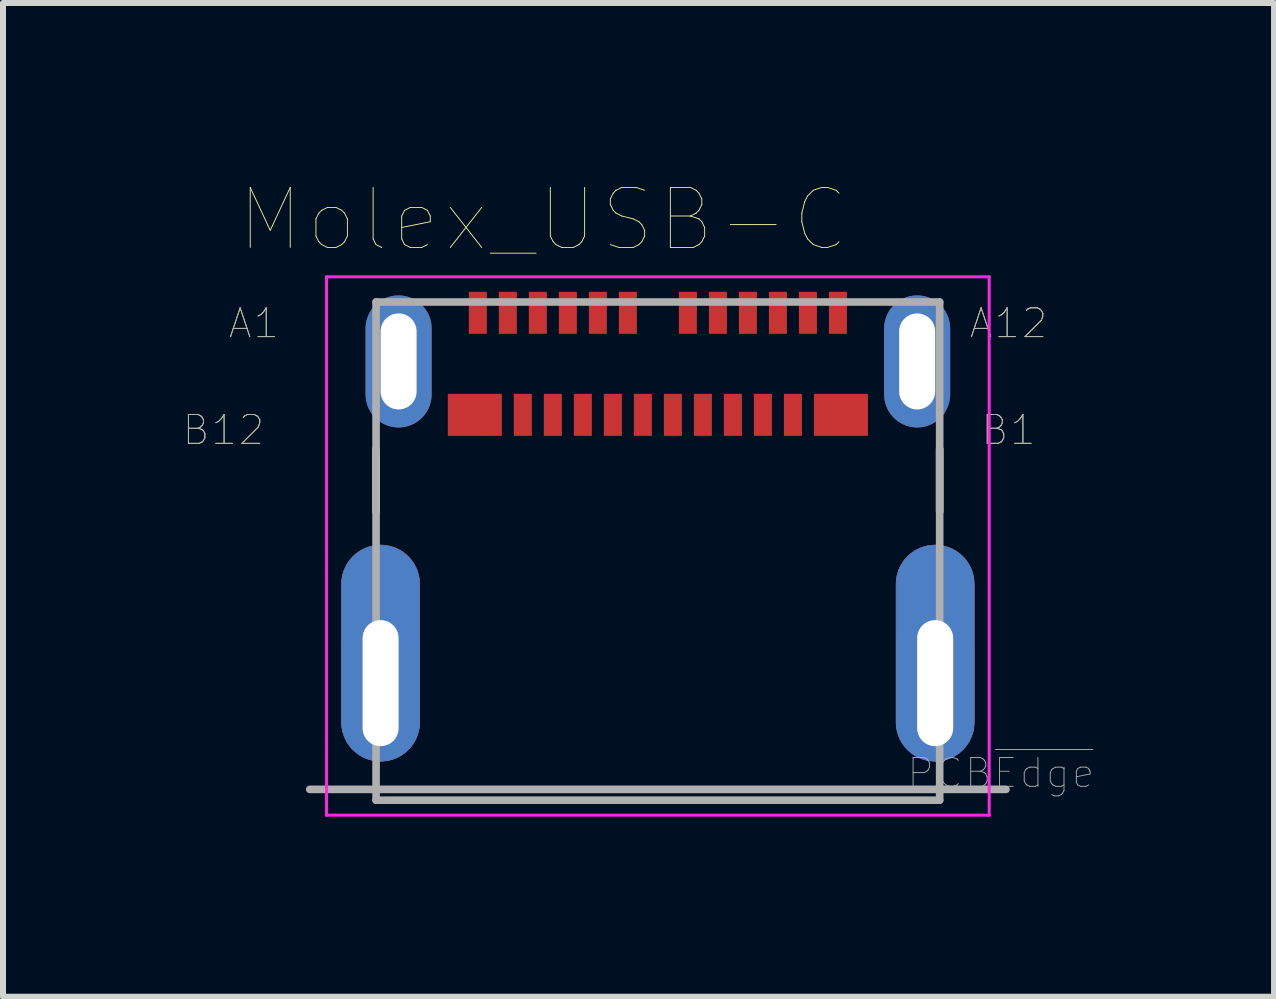
<source format=kicad_pcb>
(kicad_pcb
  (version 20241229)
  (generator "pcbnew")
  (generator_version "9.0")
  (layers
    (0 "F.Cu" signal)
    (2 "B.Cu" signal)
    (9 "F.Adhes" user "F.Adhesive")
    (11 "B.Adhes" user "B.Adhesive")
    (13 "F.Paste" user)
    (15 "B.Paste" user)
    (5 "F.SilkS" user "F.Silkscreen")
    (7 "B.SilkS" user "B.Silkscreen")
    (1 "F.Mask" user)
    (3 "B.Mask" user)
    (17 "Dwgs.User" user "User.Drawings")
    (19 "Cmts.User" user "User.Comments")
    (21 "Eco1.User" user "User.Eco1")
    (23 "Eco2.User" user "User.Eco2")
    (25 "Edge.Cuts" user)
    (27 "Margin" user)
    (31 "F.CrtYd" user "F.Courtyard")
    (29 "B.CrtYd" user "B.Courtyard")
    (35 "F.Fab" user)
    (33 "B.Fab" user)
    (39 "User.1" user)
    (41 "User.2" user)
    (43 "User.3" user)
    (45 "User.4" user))
  (footprint "Molex_USB-C"
    (layer "F.Cu")
    (at 7.911 2.972)
    (property "Reference" "Molex_USB-C" (at -1.911 -2.361 0) (layer "F.SilkS") (effects (font (size 1 1) (thickness 0.015))))
    (attr through_hole)
    (fp_poly (pts (xy -5.27 6.01) (xy -5.27 3.71) (xy -5.269 3.676) (xy -5.266 3.642) (xy -5.262 3.608) (xy -5.256 3.575) (xy -5.248 3.542) (xy -5.238 3.509) (xy -5.227 3.477) (xy -5.214 3.446) (xy -5.199 3.415) (xy -5.183 3.385) (xy -5.165 3.356) (xy -5.146 3.328) (xy -5.125 3.301) (xy -5.103 3.275) (xy -5.08 3.25) (xy -5.055 3.227) (xy -5.029 3.205) (xy -5.002 3.184) (xy -4.974 3.165) (xy -4.945 3.147) (xy -4.915 3.131) (xy -4.884 3.116) (xy -4.853 3.103) (xy -4.821 3.092) (xy -4.788 3.082) (xy -4.755 3.074) (xy -4.722 3.068) (xy -4.688 3.064) (xy -4.654 3.061) (xy -4.62 3.06) (xy -4.586 3.061) (xy -4.552 3.064) (xy -4.518 3.068) (xy -4.485 3.074) (xy -4.452 3.082) (xy -4.419 3.092) (xy -4.387 3.103) (xy -4.356 3.116) (xy -4.325 3.131) (xy -4.295 3.147) (xy -4.266 3.165) (xy -4.238 3.184) (xy -4.211 3.205) (xy -4.185 3.227) (xy -4.16 3.25) (xy -4.137 3.275) (xy -4.115 3.301) (xy -4.094 3.328) (xy -4.075 3.356) (xy -4.057 3.385) (xy -4.041 3.415) (xy -4.026 3.446) (xy -4.013 3.477) (xy -4.002 3.509) (xy -3.992 3.542) (xy -3.984 3.575) (xy -3.978 3.608) (xy -3.974 3.642) (xy -3.971 3.676) (xy -3.97 3.71) (xy -3.97 6.01) (xy -3.971 6.044) (xy -3.974 6.078) (xy -3.978 6.112) (xy -3.984 6.145) (xy -3.992 6.178) (xy -4.002 6.211) (xy -4.013 6.243) (xy -4.026 6.274) (xy -4.041 6.305) (xy -4.057 6.335) (xy -4.075 6.364) (xy -4.094 6.392) (xy -4.115 6.419) (xy -4.137 6.445) (xy -4.16 6.47) (xy -4.185 6.493) (xy -4.211 6.515) (xy -4.238 6.536) (xy -4.266 6.555) (xy -4.295 6.573) (xy -4.325 6.589) (xy -4.356 6.604) (xy -4.387 6.617) (xy -4.419 6.628) (xy -4.452 6.638) (xy -4.485 6.646) (xy -4.518 6.652) (xy -4.552 6.656) (xy -4.586 6.659) (xy -4.62 6.66) (xy -4.654 6.659) (xy -4.688 6.656) (xy -4.722 6.652) (xy -4.755 6.646) (xy -4.788 6.638) (xy -4.821 6.628) (xy -4.853 6.617) (xy -4.884 6.604) (xy -4.915 6.589) (xy -4.945 6.573) (xy -4.974 6.555) (xy -5.002 6.536) (xy -5.029 6.515) (xy -5.055 6.493) (xy -5.08 6.47) (xy -5.103 6.445) (xy -5.125 6.419) (xy -5.146 6.392) (xy -5.165 6.364) (xy -5.183 6.335) (xy -5.199 6.305) (xy -5.214 6.274) (xy -5.227 6.243) (xy -5.238 6.211) (xy -5.248 6.178) (xy -5.256 6.145) (xy -5.262 6.112) (xy -5.266 6.078) (xy -5.269 6.044) (xy -5.27 6.01)) (stroke (width 0.01) (type solid)) (fill yes) (layer "F.Cu"))
    (fp_poly (pts (xy 3.97 6.01) (xy 3.97 3.71) (xy 3.971 3.676) (xy 3.974 3.642) (xy 3.978 3.608) (xy 3.984 3.575) (xy 3.992 3.542) (xy 4.002 3.509) (xy 4.013 3.477) (xy 4.026 3.446) (xy 4.041 3.415) (xy 4.057 3.385) (xy 4.075 3.356) (xy 4.094 3.328) (xy 4.115 3.301) (xy 4.137 3.275) (xy 4.16 3.25) (xy 4.185 3.227) (xy 4.211 3.205) (xy 4.238 3.184) (xy 4.266 3.165) (xy 4.295 3.147) (xy 4.325 3.131) (xy 4.356 3.116) (xy 4.387 3.103) (xy 4.419 3.092) (xy 4.452 3.082) (xy 4.485 3.074) (xy 4.518 3.068) (xy 4.552 3.064) (xy 4.586 3.061) (xy 4.62 3.06) (xy 4.654 3.061) (xy 4.688 3.064) (xy 4.722 3.068) (xy 4.755 3.074) (xy 4.788 3.082) (xy 4.821 3.092) (xy 4.853 3.103) (xy 4.884 3.116) (xy 4.915 3.131) (xy 4.945 3.147) (xy 4.974 3.165) (xy 5.002 3.184) (xy 5.029 3.205) (xy 5.055 3.227) (xy 5.08 3.25) (xy 5.103 3.275) (xy 5.125 3.301) (xy 5.146 3.328) (xy 5.165 3.356) (xy 5.183 3.385) (xy 5.199 3.415) (xy 5.214 3.446) (xy 5.227 3.477) (xy 5.238 3.509) (xy 5.248 3.542) (xy 5.256 3.575) (xy 5.262 3.608) (xy 5.266 3.642) (xy 5.269 3.676) (xy 5.27 3.71) (xy 5.27 6.01) (xy 5.269 6.044) (xy 5.266 6.078) (xy 5.262 6.112) (xy 5.256 6.145) (xy 5.248 6.178) (xy 5.238 6.211) (xy 5.227 6.243) (xy 5.214 6.274) (xy 5.199 6.305) (xy 5.183 6.335) (xy 5.165 6.364) (xy 5.146 6.392) (xy 5.125 6.419) (xy 5.103 6.445) (xy 5.08 6.47) (xy 5.055 6.493) (xy 5.029 6.515) (xy 5.002 6.536) (xy 4.974 6.555) (xy 4.945 6.573) (xy 4.915 6.589) (xy 4.884 6.604) (xy 4.853 6.617) (xy 4.821 6.628) (xy 4.788 6.638) (xy 4.755 6.646) (xy 4.722 6.652) (xy 4.688 6.656) (xy 4.654 6.659) (xy 4.62 6.66) (xy 4.586 6.659) (xy 4.552 6.656) (xy 4.518 6.652) (xy 4.485 6.646) (xy 4.452 6.638) (xy 4.419 6.628) (xy 4.387 6.617) (xy 4.356 6.604) (xy 4.325 6.589) (xy 4.295 6.573) (xy 4.266 6.555) (xy 4.238 6.536) (xy 4.211 6.515) (xy 4.185 6.493) (xy 4.16 6.47) (xy 4.137 6.445) (xy 4.115 6.419) (xy 4.094 6.392) (xy 4.075 6.364) (xy 4.057 6.335) (xy 4.041 6.305) (xy 4.026 6.274) (xy 4.013 6.243) (xy 4.002 6.211) (xy 3.992 6.178) (xy 3.984 6.145) (xy 3.978 6.112) (xy 3.974 6.078) (xy 3.971 6.044) (xy 3.97 6.01)) (stroke (width 0.01) (type solid)) (fill yes) (layer "F.Cu"))
    (fp_poly (pts (xy -4.62 6.76) (xy -4.659 6.759) (xy -4.698 6.756) (xy -4.737 6.751) (xy -4.776 6.744) (xy -4.814 6.734) (xy -4.852 6.723) (xy -4.889 6.71) (xy -4.925 6.695) (xy -4.96 6.678) (xy -4.995 6.66) (xy -5.028 6.639) (xy -5.061 6.617) (xy -5.092 6.593) (xy -5.122 6.567) (xy -5.15 6.54) (xy -5.177 6.512) (xy -5.203 6.482) (xy -5.227 6.451) (xy -5.249 6.418) (xy -5.27 6.385) (xy -5.288 6.35) (xy -5.305 6.315) (xy -5.32 6.279) (xy -5.333 6.242) (xy -5.344 6.204) (xy -5.354 6.166) (xy -5.361 6.127) (xy -5.366 6.088) (xy -5.369 6.049) (xy -5.37 6.01) (xy -5.37 3.71) (xy -5.369 3.671) (xy -5.366 3.632) (xy -5.361 3.593) (xy -5.354 3.554) (xy -5.344 3.516) (xy -5.333 3.478) (xy -5.32 3.441) (xy -5.305 3.405) (xy -5.288 3.37) (xy -5.27 3.335) (xy -5.249 3.302) (xy -5.227 3.269) (xy -5.203 3.238) (xy -5.177 3.208) (xy -5.15 3.18) (xy -5.122 3.153) (xy -5.092 3.127) (xy -5.061 3.103) (xy -5.028 3.081) (xy -4.995 3.06) (xy -4.96 3.042) (xy -4.925 3.025) (xy -4.889 3.01) (xy -4.852 2.997) (xy -4.814 2.986) (xy -4.776 2.976) (xy -4.737 2.969) (xy -4.698 2.964) (xy -4.659 2.961) (xy -4.62 2.96) (xy -4.581 2.961) (xy -4.542 2.964) (xy -4.503 2.969) (xy -4.464 2.976) (xy -4.426 2.986) (xy -4.388 2.997) (xy -4.351 3.01) (xy -4.315 3.025) (xy -4.28 3.042) (xy -4.245 3.06) (xy -4.212 3.081) (xy -4.179 3.103) (xy -4.148 3.127) (xy -4.118 3.153) (xy -4.09 3.18) (xy -4.063 3.208) (xy -4.037 3.238) (xy -4.013 3.269) (xy -3.991 3.302) (xy -3.97 3.335) (xy -3.952 3.37) (xy -3.935 3.405) (xy -3.92 3.441) (xy -3.907 3.478) (xy -3.896 3.516) (xy -3.886 3.554) (xy -3.879 3.593) (xy -3.874 3.632) (xy -3.871 3.671) (xy -3.87 3.71) (xy -3.87 6.01) (xy -3.871 6.049) (xy -3.874 6.088) (xy -3.879 6.127) (xy -3.886 6.166) (xy -3.896 6.204) (xy -3.907 6.242) (xy -3.92 6.279) (xy -3.935 6.315) (xy -3.952 6.35) (xy -3.97 6.385) (xy -3.991 6.418) (xy -4.013 6.451) (xy -4.037 6.482) (xy -4.063 6.512) (xy -4.09 6.54) (xy -4.118 6.567) (xy -4.148 6.593) (xy -4.179 6.617) (xy -4.212 6.639) (xy -4.245 6.66) (xy -4.28 6.678) (xy -4.315 6.695) (xy -4.351 6.71) (xy -4.388 6.723) (xy -4.426 6.734) (xy -4.464 6.744) (xy -4.503 6.751) (xy -4.542 6.756) (xy -4.581 6.759) (xy -4.62 6.76)) (stroke (width 0.01) (type solid)) (fill yes) (layer "F.Mask"))
    (fp_poly (pts (xy 4.62 6.76) (xy 4.581 6.759) (xy 4.542 6.756) (xy 4.503 6.751) (xy 4.464 6.744) (xy 4.426 6.734) (xy 4.388 6.723) (xy 4.351 6.71) (xy 4.315 6.695) (xy 4.28 6.678) (xy 4.245 6.66) (xy 4.212 6.639) (xy 4.179 6.617) (xy 4.148 6.593) (xy 4.118 6.567) (xy 4.09 6.54) (xy 4.063 6.512) (xy 4.037 6.482) (xy 4.013 6.451) (xy 3.991 6.418) (xy 3.97 6.385) (xy 3.952 6.35) (xy 3.935 6.315) (xy 3.92 6.279) (xy 3.907 6.242) (xy 3.896 6.204) (xy 3.886 6.166) (xy 3.879 6.127) (xy 3.874 6.088) (xy 3.871 6.049) (xy 3.87 6.01) (xy 3.87 3.71) (xy 3.871 3.671) (xy 3.874 3.632) (xy 3.879 3.593) (xy 3.886 3.554) (xy 3.896 3.516) (xy 3.907 3.478) (xy 3.92 3.441) (xy 3.935 3.405) (xy 3.952 3.37) (xy 3.97 3.335) (xy 3.991 3.302) (xy 4.013 3.269) (xy 4.037 3.238) (xy 4.063 3.208) (xy 4.09 3.18) (xy 4.118 3.153) (xy 4.148 3.127) (xy 4.179 3.103) (xy 4.212 3.081) (xy 4.245 3.06) (xy 4.28 3.042) (xy 4.315 3.025) (xy 4.351 3.01) (xy 4.388 2.997) (xy 4.426 2.986) (xy 4.464 2.976) (xy 4.503 2.969) (xy 4.542 2.964) (xy 4.581 2.961) (xy 4.62 2.96) (xy 4.659 2.961) (xy 4.698 2.964) (xy 4.737 2.969) (xy 4.776 2.976) (xy 4.814 2.986) (xy 4.852 2.997) (xy 4.889 3.01) (xy 4.925 3.025) (xy 4.96 3.042) (xy 4.995 3.06) (xy 5.028 3.081) (xy 5.061 3.103) (xy 5.092 3.127) (xy 5.122 3.153) (xy 5.15 3.18) (xy 5.177 3.208) (xy 5.203 3.238) (xy 5.227 3.269) (xy 5.249 3.302) (xy 5.27 3.335) (xy 5.288 3.37) (xy 5.305 3.405) (xy 5.32 3.441) (xy 5.333 3.478) (xy 5.344 3.516) (xy 5.354 3.554) (xy 5.361 3.593) (xy 5.366 3.632) (xy 5.369 3.671) (xy 5.37 3.71) (xy 5.37 6.01) (xy 5.369 6.049) (xy 5.366 6.088) (xy 5.361 6.127) (xy 5.354 6.166) (xy 5.344 6.204) (xy 5.333 6.242) (xy 5.32 6.279) (xy 5.305 6.315) (xy 5.288 6.35) (xy 5.27 6.385) (xy 5.249 6.418) (xy 5.227 6.451) (xy 5.203 6.482) (xy 5.177 6.512) (xy 5.15 6.54) (xy 5.122 6.567) (xy 5.092 6.593) (xy 5.061 6.617) (xy 5.028 6.639) (xy 4.995 6.66) (xy 4.96 6.678) (xy 4.925 6.695) (xy 4.889 6.71) (xy 4.852 6.723) (xy 4.814 6.734) (xy 4.776 6.744) (xy 4.737 6.751) (xy 4.698 6.756) (xy 4.659 6.759) (xy 4.62 6.76)) (stroke (width 0.01) (type solid)) (fill yes) (layer "F.Mask"))
    (fp_poly (pts (xy -5.27 6.01) (xy -5.27 3.71) (xy -5.269 3.676) (xy -5.266 3.642) (xy -5.262 3.608) (xy -5.256 3.575) (xy -5.248 3.542) (xy -5.238 3.509) (xy -5.227 3.477) (xy -5.214 3.446) (xy -5.199 3.415) (xy -5.183 3.385) (xy -5.165 3.356) (xy -5.146 3.328) (xy -5.125 3.301) (xy -5.103 3.275) (xy -5.08 3.25) (xy -5.055 3.227) (xy -5.029 3.205) (xy -5.002 3.184) (xy -4.974 3.165) (xy -4.945 3.147) (xy -4.915 3.131) (xy -4.884 3.116) (xy -4.853 3.103) (xy -4.821 3.092) (xy -4.788 3.082) (xy -4.755 3.074) (xy -4.722 3.068) (xy -4.688 3.064) (xy -4.654 3.061) (xy -4.62 3.06) (xy -4.586 3.061) (xy -4.552 3.064) (xy -4.518 3.068) (xy -4.485 3.074) (xy -4.452 3.082) (xy -4.419 3.092) (xy -4.387 3.103) (xy -4.356 3.116) (xy -4.325 3.131) (xy -4.295 3.147) (xy -4.266 3.165) (xy -4.238 3.184) (xy -4.211 3.205) (xy -4.185 3.227) (xy -4.16 3.25) (xy -4.137 3.275) (xy -4.115 3.301) (xy -4.094 3.328) (xy -4.075 3.356) (xy -4.057 3.385) (xy -4.041 3.415) (xy -4.026 3.446) (xy -4.013 3.477) (xy -4.002 3.509) (xy -3.992 3.542) (xy -3.984 3.575) (xy -3.978 3.608) (xy -3.974 3.642) (xy -3.971 3.676) (xy -3.97 3.71) (xy -3.97 6.01) (xy -3.971 6.044) (xy -3.974 6.078) (xy -3.978 6.112) (xy -3.984 6.145) (xy -3.992 6.178) (xy -4.002 6.211) (xy -4.013 6.243) (xy -4.026 6.274) (xy -4.041 6.305) (xy -4.057 6.335) (xy -4.075 6.364) (xy -4.094 6.392) (xy -4.115 6.419) (xy -4.137 6.445) (xy -4.16 6.47) (xy -4.185 6.493) (xy -4.211 6.515) (xy -4.238 6.536) (xy -4.266 6.555) (xy -4.295 6.573) (xy -4.325 6.589) (xy -4.356 6.604) (xy -4.387 6.617) (xy -4.419 6.628) (xy -4.452 6.638) (xy -4.485 6.646) (xy -4.518 6.652) (xy -4.552 6.656) (xy -4.586 6.659) (xy -4.62 6.66) (xy -4.654 6.659) (xy -4.688 6.656) (xy -4.722 6.652) (xy -4.755 6.646) (xy -4.788 6.638) (xy -4.821 6.628) (xy -4.853 6.617) (xy -4.884 6.604) (xy -4.915 6.589) (xy -4.945 6.573) (xy -4.974 6.555) (xy -5.002 6.536) (xy -5.029 6.515) (xy -5.055 6.493) (xy -5.08 6.47) (xy -5.103 6.445) (xy -5.125 6.419) (xy -5.146 6.392) (xy -5.165 6.364) (xy -5.183 6.335) (xy -5.199 6.305) (xy -5.214 6.274) (xy -5.227 6.243) (xy -5.238 6.211) (xy -5.248 6.178) (xy -5.256 6.145) (xy -5.262 6.112) (xy -5.266 6.078) (xy -5.269 6.044) (xy -5.27 6.01)) (stroke (width 0.01) (type solid)) (fill yes) (layer "B.Cu"))
    (fp_poly (pts (xy 3.97 6.01) (xy 3.97 3.71) (xy 3.971 3.676) (xy 3.974 3.642) (xy 3.978 3.608) (xy 3.984 3.575) (xy 3.992 3.542) (xy 4.002 3.509) (xy 4.013 3.477) (xy 4.026 3.446) (xy 4.041 3.415) (xy 4.057 3.385) (xy 4.075 3.356) (xy 4.094 3.328) (xy 4.115 3.301) (xy 4.137 3.275) (xy 4.16 3.25) (xy 4.185 3.227) (xy 4.211 3.205) (xy 4.238 3.184) (xy 4.266 3.165) (xy 4.295 3.147) (xy 4.325 3.131) (xy 4.356 3.116) (xy 4.387 3.103) (xy 4.419 3.092) (xy 4.452 3.082) (xy 4.485 3.074) (xy 4.518 3.068) (xy 4.552 3.064) (xy 4.586 3.061) (xy 4.62 3.06) (xy 4.654 3.061) (xy 4.688 3.064) (xy 4.722 3.068) (xy 4.755 3.074) (xy 4.788 3.082) (xy 4.821 3.092) (xy 4.853 3.103) (xy 4.884 3.116) (xy 4.915 3.131) (xy 4.945 3.147) (xy 4.974 3.165) (xy 5.002 3.184) (xy 5.029 3.205) (xy 5.055 3.227) (xy 5.08 3.25) (xy 5.103 3.275) (xy 5.125 3.301) (xy 5.146 3.328) (xy 5.165 3.356) (xy 5.183 3.385) (xy 5.199 3.415) (xy 5.214 3.446) (xy 5.227 3.477) (xy 5.238 3.509) (xy 5.248 3.542) (xy 5.256 3.575) (xy 5.262 3.608) (xy 5.266 3.642) (xy 5.269 3.676) (xy 5.27 3.71) (xy 5.27 6.01) (xy 5.269 6.044) (xy 5.266 6.078) (xy 5.262 6.112) (xy 5.256 6.145) (xy 5.248 6.178) (xy 5.238 6.211) (xy 5.227 6.243) (xy 5.214 6.274) (xy 5.199 6.305) (xy 5.183 6.335) (xy 5.165 6.364) (xy 5.146 6.392) (xy 5.125 6.419) (xy 5.103 6.445) (xy 5.08 6.47) (xy 5.055 6.493) (xy 5.029 6.515) (xy 5.002 6.536) (xy 4.974 6.555) (xy 4.945 6.573) (xy 4.915 6.589) (xy 4.884 6.604) (xy 4.853 6.617) (xy 4.821 6.628) (xy 4.788 6.638) (xy 4.755 6.646) (xy 4.722 6.652) (xy 4.688 6.656) (xy 4.654 6.659) (xy 4.62 6.66) (xy 4.586 6.659) (xy 4.552 6.656) (xy 4.518 6.652) (xy 4.485 6.646) (xy 4.452 6.638) (xy 4.419 6.628) (xy 4.387 6.617) (xy 4.356 6.604) (xy 4.325 6.589) (xy 4.295 6.573) (xy 4.266 6.555) (xy 4.238 6.536) (xy 4.211 6.515) (xy 4.185 6.493) (xy 4.16 6.47) (xy 4.137 6.445) (xy 4.115 6.419) (xy 4.094 6.392) (xy 4.075 6.364) (xy 4.057 6.335) (xy 4.041 6.305) (xy 4.026 6.274) (xy 4.013 6.243) (xy 4.002 6.211) (xy 3.992 6.178) (xy 3.984 6.145) (xy 3.978 6.112) (xy 3.974 6.078) (xy 3.971 6.044) (xy 3.97 6.01)) (stroke (width 0.01) (type solid)) (fill yes) (layer "B.Cu"))
    (fp_poly (pts (xy -4.62 6.76) (xy -4.659 6.759) (xy -4.698 6.756) (xy -4.737 6.751) (xy -4.776 6.744) (xy -4.814 6.734) (xy -4.852 6.723) (xy -4.889 6.71) (xy -4.925 6.695) (xy -4.96 6.678) (xy -4.995 6.66) (xy -5.028 6.639) (xy -5.061 6.617) (xy -5.092 6.593) (xy -5.122 6.567) (xy -5.15 6.54) (xy -5.177 6.512) (xy -5.203 6.482) (xy -5.227 6.451) (xy -5.249 6.418) (xy -5.27 6.385) (xy -5.288 6.35) (xy -5.305 6.315) (xy -5.32 6.279) (xy -5.333 6.242) (xy -5.344 6.204) (xy -5.354 6.166) (xy -5.361 6.127) (xy -5.366 6.088) (xy -5.369 6.049) (xy -5.37 6.01) (xy -5.37 3.71) (xy -5.369 3.671) (xy -5.366 3.632) (xy -5.361 3.593) (xy -5.354 3.554) (xy -5.344 3.516) (xy -5.333 3.478) (xy -5.32 3.441) (xy -5.305 3.405) (xy -5.288 3.37) (xy -5.27 3.335) (xy -5.249 3.302) (xy -5.227 3.269) (xy -5.203 3.238) (xy -5.177 3.208) (xy -5.15 3.18) (xy -5.122 3.153) (xy -5.092 3.127) (xy -5.061 3.103) (xy -5.028 3.081) (xy -4.995 3.06) (xy -4.96 3.042) (xy -4.925 3.025) (xy -4.889 3.01) (xy -4.852 2.997) (xy -4.814 2.986) (xy -4.776 2.976) (xy -4.737 2.969) (xy -4.698 2.964) (xy -4.659 2.961) (xy -4.62 2.96) (xy -4.581 2.961) (xy -4.542 2.964) (xy -4.503 2.969) (xy -4.464 2.976) (xy -4.426 2.986) (xy -4.388 2.997) (xy -4.351 3.01) (xy -4.315 3.025) (xy -4.28 3.042) (xy -4.245 3.06) (xy -4.212 3.081) (xy -4.179 3.103) (xy -4.148 3.127) (xy -4.118 3.153) (xy -4.09 3.18) (xy -4.063 3.208) (xy -4.037 3.238) (xy -4.013 3.269) (xy -3.991 3.302) (xy -3.97 3.335) (xy -3.952 3.37) (xy -3.935 3.405) (xy -3.92 3.441) (xy -3.907 3.478) (xy -3.896 3.516) (xy -3.886 3.554) (xy -3.879 3.593) (xy -3.874 3.632) (xy -3.871 3.671) (xy -3.87 3.71) (xy -3.87 6.01) (xy -3.871 6.049) (xy -3.874 6.088) (xy -3.879 6.127) (xy -3.886 6.166) (xy -3.896 6.204) (xy -3.907 6.242) (xy -3.92 6.279) (xy -3.935 6.315) (xy -3.952 6.35) (xy -3.97 6.385) (xy -3.991 6.418) (xy -4.013 6.451) (xy -4.037 6.482) (xy -4.063 6.512) (xy -4.09 6.54) (xy -4.118 6.567) (xy -4.148 6.593) (xy -4.179 6.617) (xy -4.212 6.639) (xy -4.245 6.66) (xy -4.28 6.678) (xy -4.315 6.695) (xy -4.351 6.71) (xy -4.388 6.723) (xy -4.426 6.734) (xy -4.464 6.744) (xy -4.503 6.751) (xy -4.542 6.756) (xy -4.581 6.759) (xy -4.62 6.76)) (stroke (width 0.01) (type solid)) (fill yes) (layer "B.Mask"))
    (fp_poly (pts (xy 4.62 6.76) (xy 4.581 6.759) (xy 4.542 6.756) (xy 4.503 6.751) (xy 4.464 6.744) (xy 4.426 6.734) (xy 4.388 6.723) (xy 4.351 6.71) (xy 4.315 6.695) (xy 4.28 6.678) (xy 4.245 6.66) (xy 4.212 6.639) (xy 4.179 6.617) (xy 4.148 6.593) (xy 4.118 6.567) (xy 4.09 6.54) (xy 4.063 6.512) (xy 4.037 6.482) (xy 4.013 6.451) (xy 3.991 6.418) (xy 3.97 6.385) (xy 3.952 6.35) (xy 3.935 6.315) (xy 3.92 6.279) (xy 3.907 6.242) (xy 3.896 6.204) (xy 3.886 6.166) (xy 3.879 6.127) (xy 3.874 6.088) (xy 3.871 6.049) (xy 3.87 6.01) (xy 3.87 3.71) (xy 3.871 3.671) (xy 3.874 3.632) (xy 3.879 3.593) (xy 3.886 3.554) (xy 3.896 3.516) (xy 3.907 3.478) (xy 3.92 3.441) (xy 3.935 3.405) (xy 3.952 3.37) (xy 3.97 3.335) (xy 3.991 3.302) (xy 4.013 3.269) (xy 4.037 3.238) (xy 4.063 3.208) (xy 4.09 3.18) (xy 4.118 3.153) (xy 4.148 3.127) (xy 4.179 3.103) (xy 4.212 3.081) (xy 4.245 3.06) (xy 4.28 3.042) (xy 4.315 3.025) (xy 4.351 3.01) (xy 4.388 2.997) (xy 4.426 2.986) (xy 4.464 2.976) (xy 4.503 2.969) (xy 4.542 2.964) (xy 4.581 2.961) (xy 4.62 2.96) (xy 4.659 2.961) (xy 4.698 2.964) (xy 4.737 2.969) (xy 4.776 2.976) (xy 4.814 2.986) (xy 4.852 2.997) (xy 4.889 3.01) (xy 4.925 3.025) (xy 4.96 3.042) (xy 4.995 3.06) (xy 5.028 3.081) (xy 5.061 3.103) (xy 5.092 3.127) (xy 5.122 3.153) (xy 5.15 3.18) (xy 5.177 3.208) (xy 5.203 3.238) (xy 5.227 3.269) (xy 5.249 3.302) (xy 5.27 3.335) (xy 5.288 3.37) (xy 5.305 3.405) (xy 5.32 3.441) (xy 5.333 3.478) (xy 5.344 3.516) (xy 5.354 3.554) (xy 5.361 3.593) (xy 5.366 3.632) (xy 5.369 3.671) (xy 5.37 3.71) (xy 5.37 6.01) (xy 5.369 6.049) (xy 5.366 6.088) (xy 5.361 6.127) (xy 5.354 6.166) (xy 5.344 6.204) (xy 5.333 6.242) (xy 5.32 6.279) (xy 5.305 6.315) (xy 5.288 6.35) (xy 5.27 6.385) (xy 5.249 6.418) (xy 5.227 6.451) (xy 5.203 6.482) (xy 5.177 6.512) (xy 5.15 6.54) (xy 5.122 6.567) (xy 5.092 6.593) (xy 5.061 6.617) (xy 5.028 6.639) (xy 4.995 6.66) (xy 4.96 6.678) (xy 4.925 6.695) (xy 4.889 6.71) (xy 4.852 6.723) (xy 4.814 6.734) (xy 4.776 6.744) (xy 4.737 6.751) (xy 4.698 6.756) (xy 4.659 6.759) (xy 4.62 6.76)) (stroke (width 0.01) (type solid)) (fill yes) (layer "B.Mask"))
    (fp_line (start -4.695 2.5) (end -4.695 1.46) (stroke (width 0.127) (type solid)) (layer "F.SilkS"))
    (fp_line (start 4.695 2.5) (end 4.695 1.46) (stroke (width 0.127) (type solid)) (layer "F.SilkS"))
    (fp_line (start -5.52 -1.41) (end 5.52 -1.41) (stroke (width 0.05) (type solid)) (layer "F.CrtYd"))
    (fp_line (start -5.52 7.56) (end -5.52 -1.41) (stroke (width 0.05) (type solid)) (layer "F.CrtYd"))
    (fp_line (start 5.52 -1.41) (end 5.52 7.56) (stroke (width 0.05) (type solid)) (layer "F.CrtYd"))
    (fp_line (start 5.52 7.56) (end -5.52 7.56) (stroke (width 0.05) (type solid)) (layer "F.CrtYd"))
    (fp_line (start -5.8 7.13) (end 5.8 7.13) (stroke (width 0.127) (type solid)) (layer "F.Fab"))
    (fp_line (start -4.695 -0.99) (end -4.695 7.31) (stroke (width 0.127) (type solid)) (layer "F.Fab"))
    (fp_line (start -4.695 7.31) (end 4.695 7.31) (stroke (width 0.127) (type solid)) (layer "F.Fab"))
    (fp_line (start 4.695 -0.99) (end -4.695 -0.99) (stroke (width 0.127) (type solid)) (layer "F.Fab"))
    (fp_line (start 4.695 7.31) (end 4.695 -0.99) (stroke (width 0.127) (type solid)) (layer "F.Fab"))
    (fp_text user "A12" (at 5.842 -0.635 0) (layer "F.SilkS") (effects (font (size 0.48 0.48) (thickness 0.015))))
    (fp_text user "A1" (at -6.731 -0.635 0) (layer "F.SilkS") (effects (font (size 0.48 0.48) (thickness 0.015))))
    (fp_text user "B1" (at 5.842 1.143 0) (layer "F.SilkS") (effects (font (size 0.48 0.48) (thickness 0.015))))
    (fp_text user "B12" (at -7.239 1.143 0) (layer "F.SilkS") (effects (font (size 0.48 0.48) (thickness 0.015))))
    (fp_text user "PCB~{Edge}" (at 5.715 6.858 0) (layer "F.Fab") (effects (font (size 0.48 0.48) (thickness 0.015))))
    (fp_text user "B12" (at -7.239 1.143 0) (layer "F.Fab") (effects (font (size 0.48 0.48) (thickness 0.015))))
    (fp_text user "A1" (at -6.731 -0.635 0) (layer "F.Fab") (effects (font (size 0.48 0.48) (thickness 0.015))))
    (fp_text user "A12" (at 5.842 -0.635 0) (layer "F.Fab") (effects (font (size 0.48 0.48) (thickness 0.015))))
    (fp_text user "B1" (at 5.842 1.143 0) (layer "F.Fab") (effects (font (size 0.48 0.48) (thickness 0.015))))
    (pad "A1" smd rect (at -3 -0.81) (size 0.3 0.7) (layers "F.Cu" "F.Mask" "F.Paste"))
    (pad "A2" smd rect (at -2.5 -0.81) (size 0.3 0.7) (layers "F.Cu" "F.Mask" "F.Paste"))
    (pad "A3" smd rect (at -2 -0.81) (size 0.3 0.7) (layers "F.Cu" "F.Mask" "F.Paste"))
    (pad "A4" smd rect (at -1.5 -0.81) (size 0.3 0.7) (layers "F.Cu" "F.Mask" "F.Paste"))
    (pad "A5" smd rect (at -1 -0.81) (size 0.3 0.7) (layers "F.Cu" "F.Mask" "F.Paste"))
    (pad "A6" smd rect (at -0.5 -0.81) (size 0.3 0.7) (layers "F.Cu" "F.Mask" "F.Paste"))
    (pad "A7" smd rect (at 0.5 -0.81) (size 0.3 0.7) (layers "F.Cu" "F.Mask" "F.Paste"))
    (pad "A8" smd rect (at 1 -0.81) (size 0.3 0.7) (layers "F.Cu" "F.Mask" "F.Paste"))
    (pad "A9" smd rect (at 1.5 -0.81) (size 0.3 0.7) (layers "F.Cu" "F.Mask" "F.Paste"))
    (pad "A10" smd rect (at 2 -0.81) (size 0.3 0.7) (layers "F.Cu" "F.Mask" "F.Paste"))
    (pad "A11" smd rect (at 2.5 -0.81) (size 0.3 0.7) (layers "F.Cu" "F.Mask" "F.Paste"))
    (pad "A12" smd rect (at 3 -0.81) (size 0.3 0.7) (layers "F.Cu" "F.Mask" "F.Paste"))
    (pad "B1" smd rect (at 3.05 0.89) (size 0.9 0.7) (layers "F.Cu" "F.Mask" "F.Paste"))
    (pad "B2" smd rect (at 2.25 0.89) (size 0.3 0.7) (layers "F.Cu" "F.Mask" "F.Paste"))
    (pad "B3" smd rect (at 1.75 0.89) (size 0.3 0.7) (layers "F.Cu" "F.Mask" "F.Paste"))
    (pad "B4" smd rect (at 1.25 0.89) (size 0.3 0.7) (layers "F.Cu" "F.Mask" "F.Paste"))
    (pad "B5" smd rect (at 0.75 0.89) (size 0.3 0.7) (layers "F.Cu" "F.Mask" "F.Paste"))
    (pad "B6" smd rect (at 0.25 0.89) (size 0.3 0.7) (layers "F.Cu" "F.Mask" "F.Paste"))
    (pad "B7" smd rect (at -0.25 0.89) (size 0.3 0.7) (layers "F.Cu" "F.Mask" "F.Paste"))
    (pad "B8" smd rect (at -0.75 0.89) (size 0.3 0.7) (layers "F.Cu" "F.Mask" "F.Paste"))
    (pad "B9" smd rect (at -1.25 0.89) (size 0.3 0.7) (layers "F.Cu" "F.Mask" "F.Paste"))
    (pad "B10" smd rect (at -1.75 0.89) (size 0.3 0.7) (layers "F.Cu" "F.Mask" "F.Paste"))
    (pad "B11" smd rect (at -2.25 0.89) (size 0.3 0.7) (layers "F.Cu" "F.Mask" "F.Paste"))
    (pad "B12" smd rect (at -3.05 0.89) (size 0.9 0.7) (layers "F.Cu" "F.Mask" "F.Paste"))
    (pad "S1" thru_hole oval (at -4.32 0) (size 1.1 2.2) (drill oval 0.6 1.6) (layers "*.Cu" "*.Mask"))
    (pad "S2" thru_hole oval (at 4.32 0) (size 1.1 2.2) (drill oval 0.6 1.6) (layers "*.Cu" "*.Mask"))
    (pad "S3" thru_hole oval (at -4.62 5.36) (size 1.3 2.6) (drill oval 0.6 2.1) (layers "*.Cu" "*.Mask"))
    (pad "S4" thru_hole oval (at 4.62 5.36) (size 1.3 2.6) (drill oval 0.6 2.1) (layers "*.Cu" "*.Mask")))
  (gr_rect
    (start -3 -3)
    (end 18.177 13.557)
    (stroke (width 0.1) (type default))
    (fill no)
    (layer "Edge.Cuts")))
</source>
